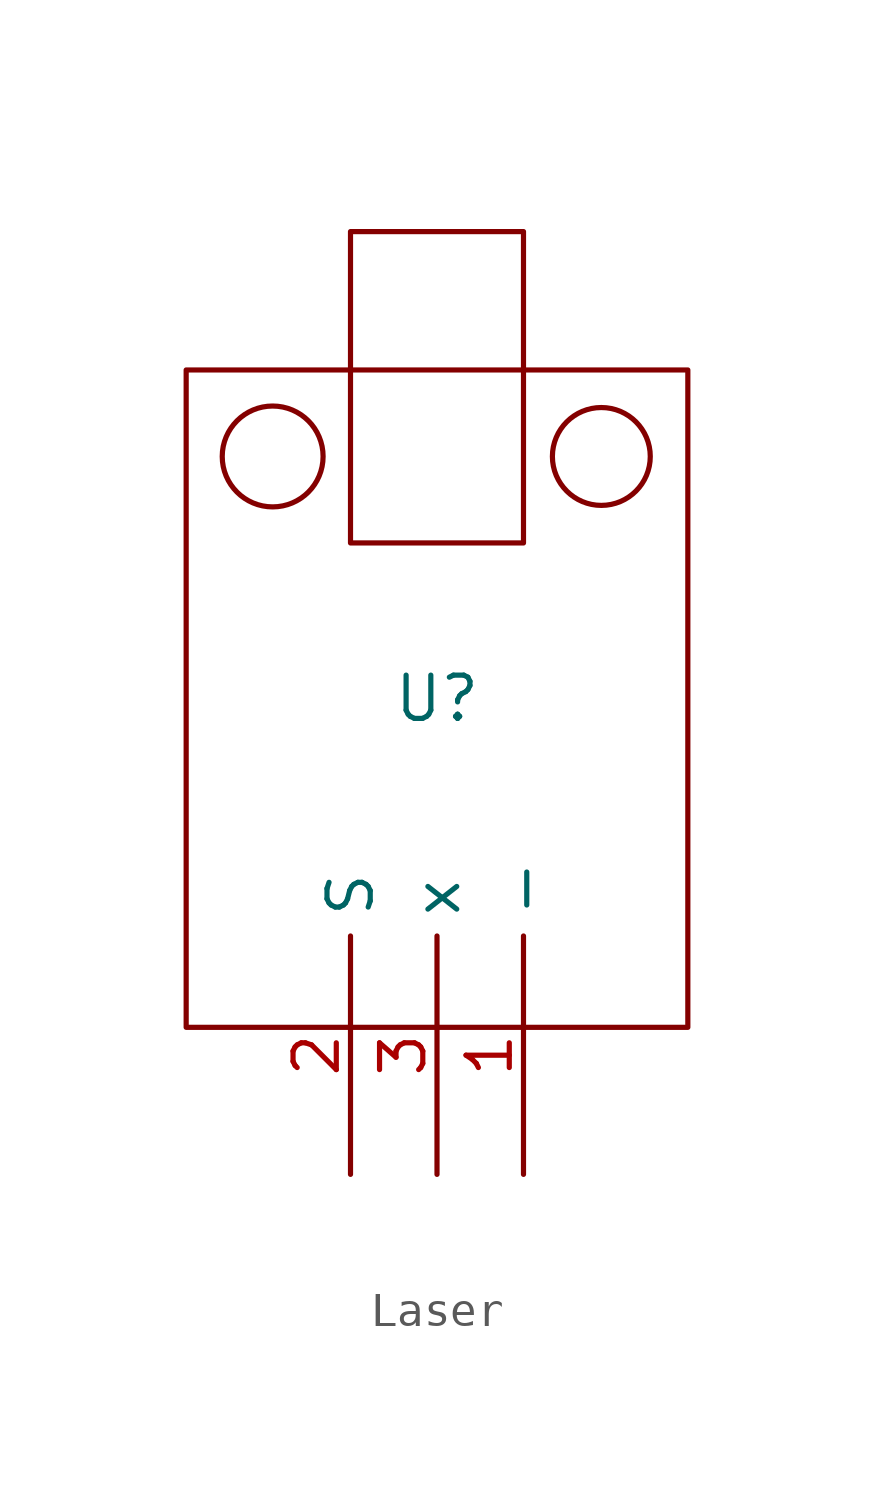
<source format=kicad_sym>
(kicad_symbol_lib
  (version 20220914)
  (generator kicad_symbol_editor)
  (symbol "Laser"
    (property "Reference" "U"
      (at 0 0 0)
      (effects (font (size 1.27 1.27))))
    (property "Value" ""
      (at 0 0 0)
      (effects (font (size 1.27 1.27))))
    (symbol "Laser_0_1"
      (rectangle (start -7.366 9.652) (end 7.366 -9.652) (stroke (width 0) (type default)) (fill (type none)))
      (circle (center -4.826 7.112) (radius 1.481) (stroke (width 0) (type default)) (fill (type none)))
      (rectangle (start -2.54 13.716) (end 2.54 4.572) (stroke (width 0) (type default)) (fill (type none)))
      (circle (center 4.826 7.112) (radius 1.437) (stroke (width 0) (type default)) (fill (type none))))
    (symbol "Laser_1_1"
      (pin power_in line (at 2.54 -13.97 90) (length 7) (name "-" (effects (font (size 1.27 1.27)))) (number "1" (effects (font (size 1.27 1.27)))))
      (pin input line (at -2.54 -13.97 90) (length 7) (name "S" (effects (font (size 1.27 1.27)))) (number "2" (effects (font (size 1.27 1.27)))))
      (pin input line (at 0 -13.97 90) (length 7) (name "x" (effects (font (size 1.27 1.27)))) (number "3" (effects (font (size 1.27 1.27))))))))
</source>
